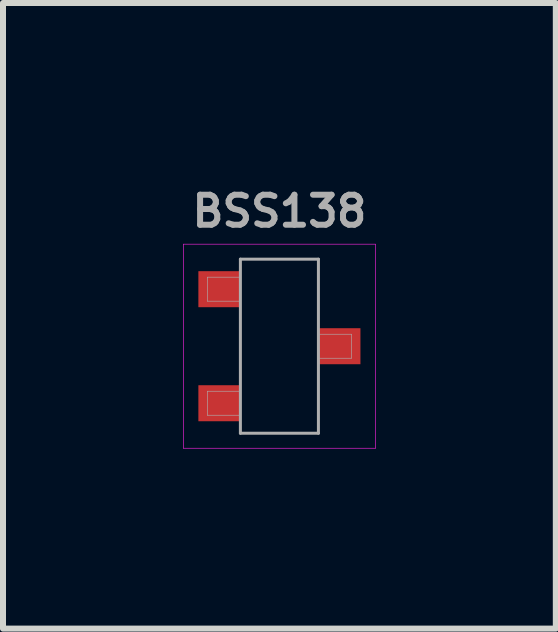
<source format=kicad_pcb>
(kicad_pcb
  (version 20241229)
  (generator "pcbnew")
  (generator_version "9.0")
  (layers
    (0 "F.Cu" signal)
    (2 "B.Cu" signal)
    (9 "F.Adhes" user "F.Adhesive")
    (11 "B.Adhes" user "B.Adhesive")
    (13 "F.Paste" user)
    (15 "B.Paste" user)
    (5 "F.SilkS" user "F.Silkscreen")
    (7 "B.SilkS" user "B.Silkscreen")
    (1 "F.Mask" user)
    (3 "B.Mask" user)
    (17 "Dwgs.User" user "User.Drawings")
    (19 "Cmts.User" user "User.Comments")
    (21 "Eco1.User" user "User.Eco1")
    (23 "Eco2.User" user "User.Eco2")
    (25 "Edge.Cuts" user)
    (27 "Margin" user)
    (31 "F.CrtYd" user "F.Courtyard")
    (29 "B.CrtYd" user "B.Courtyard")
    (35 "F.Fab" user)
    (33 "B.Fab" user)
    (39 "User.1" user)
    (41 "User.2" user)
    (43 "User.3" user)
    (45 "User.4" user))
  (footprint "BSS138"
    (layer "F.Cu")
    (at 1.605 2.718)
    (property "Reference" "BSS138" (at 0 -2.25 0) (layer "F.Fab") (effects (font (size 0.5 0.5) (thickness 0.1))))
    (attr smd)
    (fp_line (start -1.6 -1.7) (end 1.6 -1.7) (stroke (width 0.01) (type solid)) (layer "F.CrtYd"))
    (fp_line (start -1.6 1.7) (end -1.6 -1.7) (stroke (width 0.01) (type solid)) (layer "F.CrtYd"))
    (fp_line (start 1.6 -1.7) (end 1.6 1.7) (stroke (width 0.01) (type solid)) (layer "F.CrtYd"))
    (fp_line (start 1.6 1.7) (end -1.6 1.7) (stroke (width 0.01) (type solid)) (layer "F.CrtYd"))
    (fp_line (start -1.2 -1.15) (end -0.65 -1.15) (stroke (width 0.01) (type solid)) (layer "F.Fab"))
    (fp_line (start -1.2 -0.75) (end -1.2 -1.15) (stroke (width 0.01) (type solid)) (layer "F.Fab"))
    (fp_line (start -1.2 0.75) (end -0.65 0.75) (stroke (width 0.01) (type solid)) (layer "F.Fab"))
    (fp_line (start -1.2 1.15) (end -1.2 0.75) (stroke (width 0.01) (type solid)) (layer "F.Fab"))
    (fp_line (start -0.65 -1.45) (end -0.65 1.45) (stroke (width 0.05) (type solid)) (layer "F.Fab"))
    (fp_line (start -0.65 -0.75) (end -1.2 -0.75) (stroke (width 0.01) (type solid)) (layer "F.Fab"))
    (fp_line (start -0.65 1.15) (end -1.2 1.15) (stroke (width 0.01) (type solid)) (layer "F.Fab"))
    (fp_line (start 0.65 -1.45) (end -0.65 -1.45) (stroke (width 0.05) (type solid)) (layer "F.Fab"))
    (fp_line (start 0.65 -1.45) (end 0.65 1.45) (stroke (width 0.05) (type solid)) (layer "F.Fab"))
    (fp_line (start 0.65 -0.2) (end 1.2 -0.2) (stroke (width 0.01) (type solid)) (layer "F.Fab"))
    (fp_line (start 0.65 1.45) (end -0.65 1.45) (stroke (width 0.05) (type solid)) (layer "F.Fab"))
    (fp_line (start 1.2 -0.2) (end 1.2 0.2) (stroke (width 0.01) (type solid)) (layer "F.Fab"))
    (fp_line (start 1.2 0.2) (end 0.65 0.2) (stroke (width 0.01) (type solid)) (layer "F.Fab"))
    (pad "1" smd rect (at -1 -0.95) (size 0.7 0.6) (layers "F.Cu" "F.Mask" "F.Paste"))
    (pad "2" smd rect (at -1 0.95) (size 0.7 0.6) (layers "F.Cu" "F.Mask" "F.Paste"))
    (pad "3" smd rect (at 1 0) (size 0.7 0.6) (layers "F.Cu" "F.Mask" "F.Paste")))
  (gr_rect
    (start -3 -3)
    (end 6.21 7.423)
    (stroke (width 0.1) (type default))
    (fill no)
    (layer "Edge.Cuts")))
</source>
